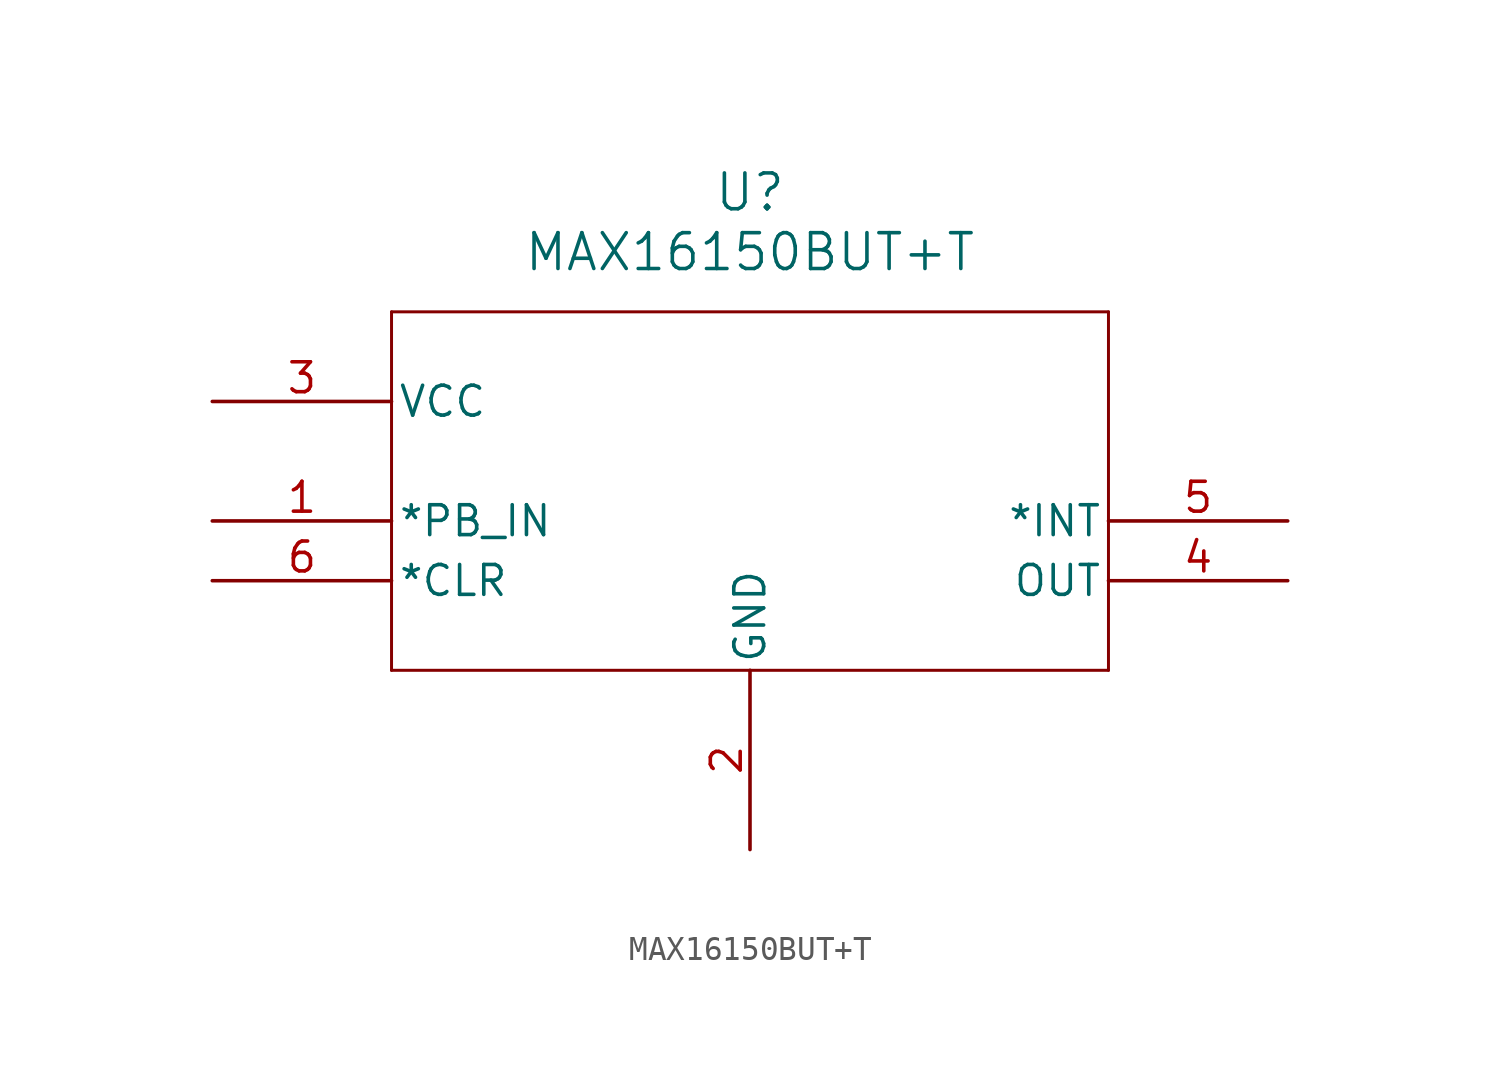
<source format=kicad_sym>
(kicad_symbol_lib
  (version 20241209)
  (generator "kicad_symbol_editor")
  (generator_version "9.0")
  (symbol "MAX16150BUT+T"
    (pin_names
      (offset 0.254))
    (property "Reference" "U"
      (at 25.4 7.62 0)
      (effects (font (size 1.524 1.524))))
    (property "Value" "MAX16150BUT+T"
      (at 25.4 5.08 0)
      (effects (font (size 1.524 1.524))))
    (property "ki_locked" ""
      (at 0 0 0)
      (effects (font (size 1.27 1.27))))
    (symbol "MAX16150BUT+T_0_1"
      (polyline (pts (xy 10.16 2.54) (xy 10.16 -12.7)) (stroke (width 0.127) (type default)) (fill (type none)))
      (polyline (pts (xy 10.16 -12.7) (xy 40.64 -12.7)) (stroke (width 0.127) (type default)) (fill (type none)))
      (polyline (pts (xy 40.64 2.54) (xy 10.16 2.54)) (stroke (width 0.127) (type default)) (fill (type none)))
      (polyline (pts (xy 40.64 -12.7) (xy 40.64 2.54)) (stroke (width 0.127) (type default)) (fill (type none)))
      (pin power_in line (at 2.54 -1.27 0) (length 7.62) (name "VCC" (effects (font (size 1.27 1.27)))) (number "3" (effects (font (size 1.27 1.27)))))
      (pin input line (at 2.54 -6.35 0) (length 7.62) (name "*PB_IN" (effects (font (size 1.27 1.27)))) (number "1" (effects (font (size 1.27 1.27)))))
      (pin input line (at 2.54 -8.89 0) (length 7.62) (name "*CLR" (effects (font (size 1.27 1.27)))) (number "6" (effects (font (size 1.27 1.27)))))
      (pin power_in line (at 25.4 -20.32 90) (length 7.62) (name "GND" (effects (font (size 1.27 1.27)))) (number "2" (effects (font (size 1.27 1.27)))))
      (pin output line (at 48.26 -6.35 180) (length 7.62) (name "*INT" (effects (font (size 1.27 1.27)))) (number "5" (effects (font (size 1.27 1.27)))))
      (pin output line (at 48.26 -8.89 180) (length 7.62) (name "OUT" (effects (font (size 1.27 1.27)))) (number "4" (effects (font (size 1.27 1.27))))))))
</source>
